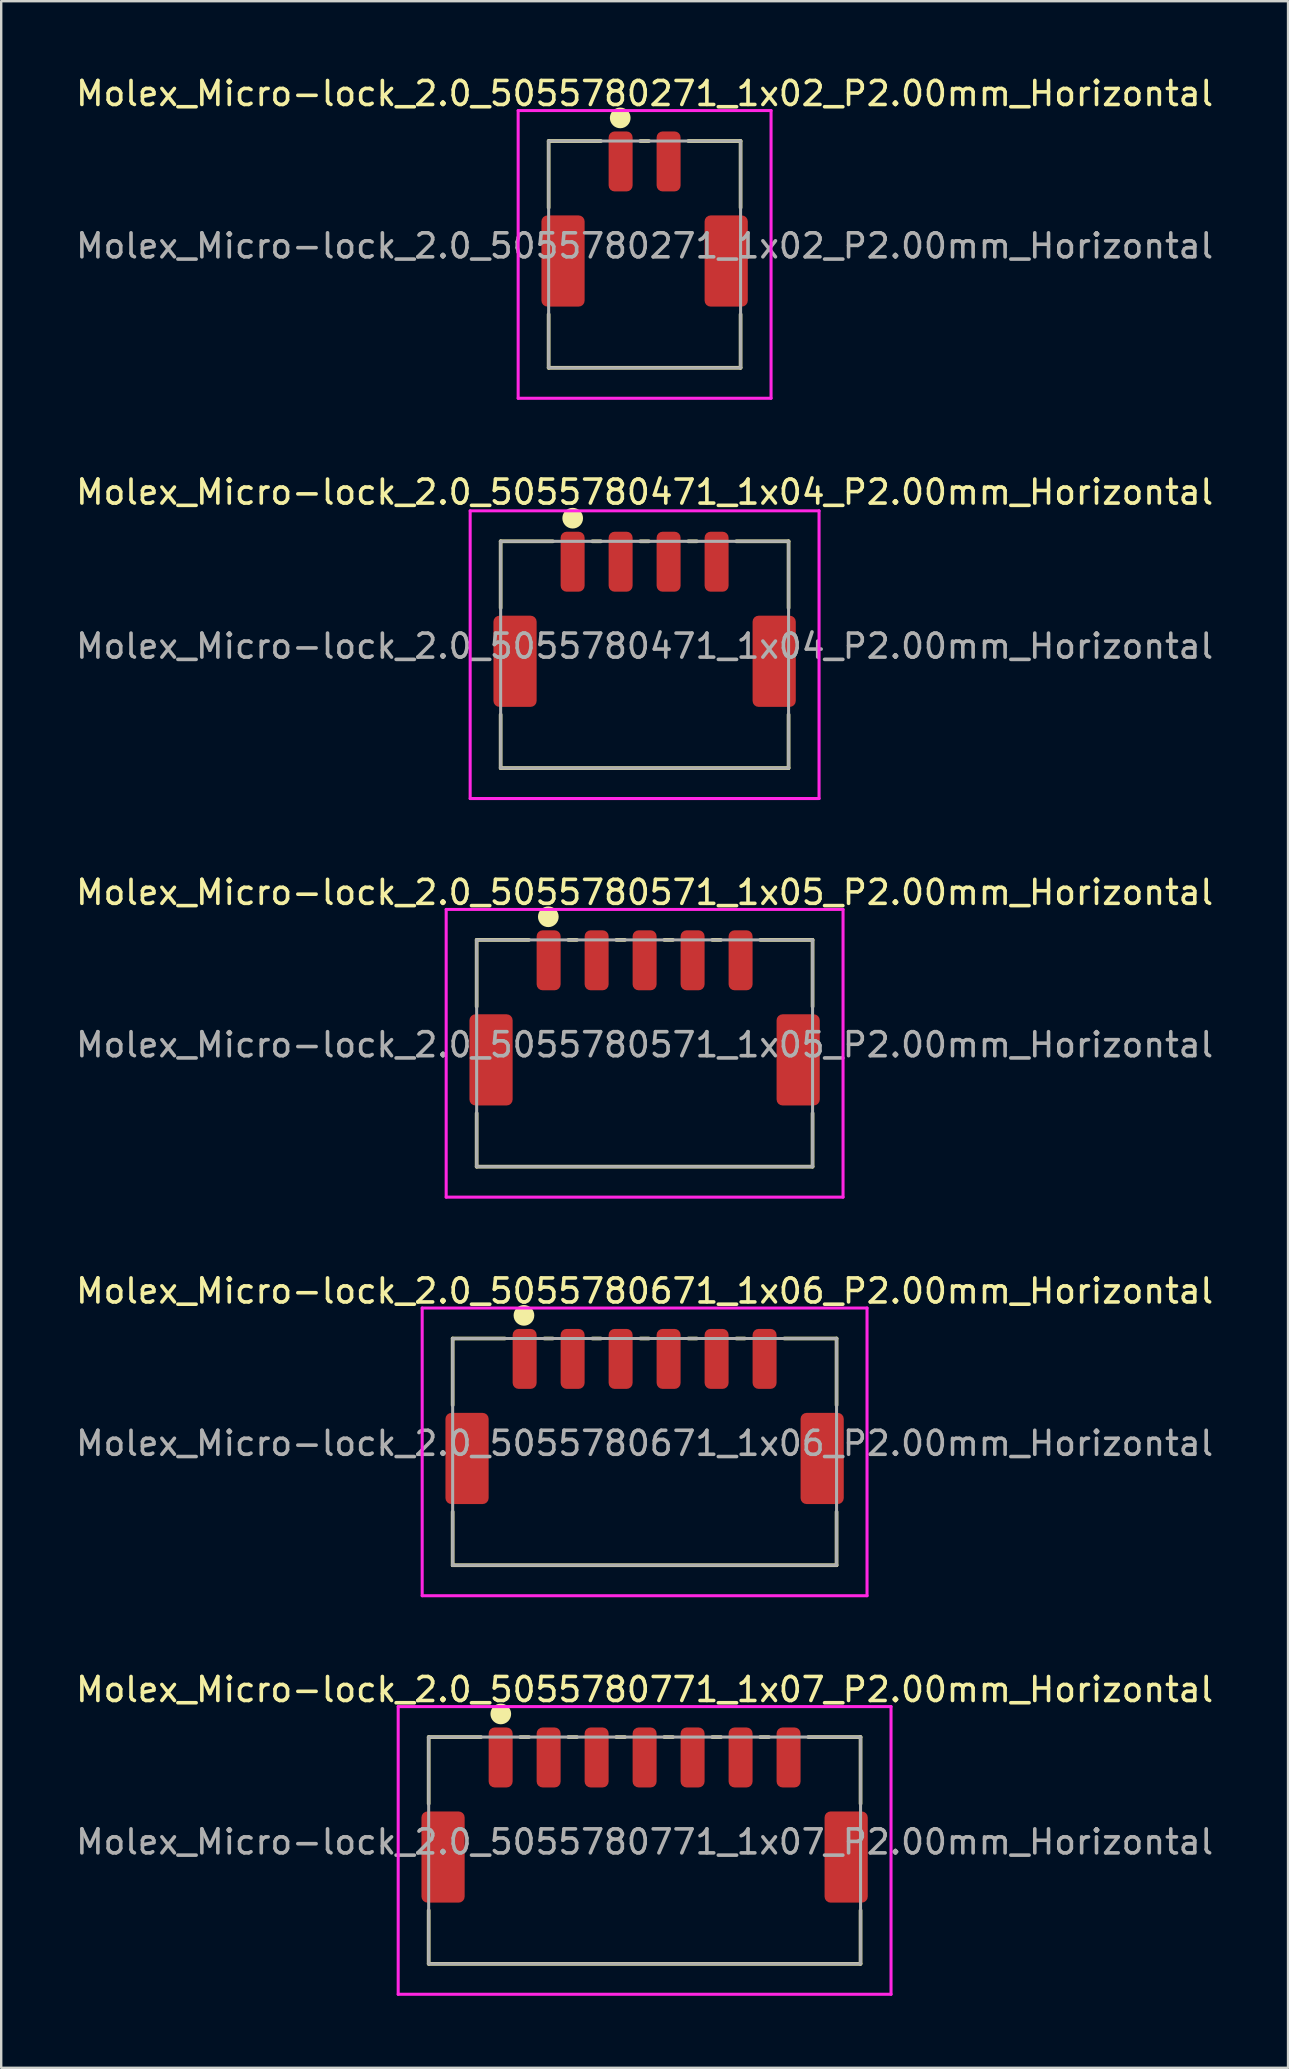
<source format=kicad_pcb>
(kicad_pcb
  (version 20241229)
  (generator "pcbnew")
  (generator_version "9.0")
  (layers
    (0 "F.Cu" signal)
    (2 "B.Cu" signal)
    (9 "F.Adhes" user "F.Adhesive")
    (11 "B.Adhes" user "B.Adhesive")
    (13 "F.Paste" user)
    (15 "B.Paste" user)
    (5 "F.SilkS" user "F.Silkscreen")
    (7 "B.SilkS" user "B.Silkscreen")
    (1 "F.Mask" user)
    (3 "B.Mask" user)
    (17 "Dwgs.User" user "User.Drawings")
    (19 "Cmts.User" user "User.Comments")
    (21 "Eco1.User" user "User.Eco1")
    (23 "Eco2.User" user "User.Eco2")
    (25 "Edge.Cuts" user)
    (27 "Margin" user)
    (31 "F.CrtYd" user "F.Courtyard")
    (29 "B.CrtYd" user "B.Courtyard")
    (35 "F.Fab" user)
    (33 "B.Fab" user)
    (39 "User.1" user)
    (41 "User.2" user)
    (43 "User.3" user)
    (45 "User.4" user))
  (footprint "Molex_Micro-lock_2.0_5055780671_1x06_P2.00mm_Horizontal"
    (layer "F.Cu")
    (at 23.815 57.104)
    (property "Reference" "Molex_Micro-lock_2.0_5055780671_1x06_P2.00mm_Horizontal" (at 0 -6.35 0) (unlocked yes) (layer "F.SilkS") (effects (font (size 1 1) (thickness 0.15))))
    (attr smd)
    (fp_line (start -8 -4.37) (end -8 -1.59) (stroke (width 0.152) (type solid)) (layer "F.SilkS"))
    (fp_line (start -8 2.85) (end -8 5.08) (stroke (width 0.152) (type solid)) (layer "F.SilkS"))
    (fp_line (start -8 5.08) (end 8 5.08) (stroke (width 0.152) (type solid)) (layer "F.SilkS"))
    (fp_line (start -5.82 -4.37) (end -8 -4.37) (stroke (width 0.152) (type solid)) (layer "F.SilkS"))
    (fp_line (start -3.82 -4.37) (end -4.18 -4.37) (stroke (width 0.152) (type solid)) (layer "F.SilkS"))
    (fp_line (start -1.82 -4.37) (end -2.18 -4.37) (stroke (width 0.152) (type solid)) (layer "F.SilkS"))
    (fp_line (start 0.18 -4.37) (end -0.18 -4.37) (stroke (width 0.152) (type solid)) (layer "F.SilkS"))
    (fp_line (start 2.18 -4.37) (end 1.82 -4.37) (stroke (width 0.152) (type solid)) (layer "F.SilkS"))
    (fp_line (start 4.18 -4.37) (end 3.82 -4.37) (stroke (width 0.152) (type solid)) (layer "F.SilkS"))
    (fp_line (start 8 -4.37) (end 5.82 -4.37) (stroke (width 0.152) (type solid)) (layer "F.SilkS"))
    (fp_line (start 8 -1.59) (end 8 -4.37) (stroke (width 0.152) (type solid)) (layer "F.SilkS"))
    (fp_line (start 8 5.08) (end 8 2.85) (stroke (width 0.152) (type solid)) (layer "F.SilkS"))
    (fp_circle (center -5.029 -5.334) (end -4.648 -5.334) (stroke (width 0.1) (type solid)) (fill yes) (layer "F.SilkS"))
    (fp_line (start -9.27 -5.64) (end -9.27 6.35) (stroke (width 0.127) (type solid)) (layer "F.CrtYd"))
    (fp_line (start -9.27 6.35) (end 9.27 6.35) (stroke (width 0.127) (type solid)) (layer "F.CrtYd"))
    (fp_line (start 9.27 -5.64) (end -9.27 -5.64) (stroke (width 0.127) (type solid)) (layer "F.CrtYd"))
    (fp_line (start 9.27 6.35) (end 9.27 -5.64) (stroke (width 0.127) (type solid)) (layer "F.CrtYd"))
    (fp_line (start -8 -4.37) (end -8 5.08) (stroke (width 0.127) (type solid)) (layer "F.Fab"))
    (fp_line (start -8 5.08) (end 8 5.08) (stroke (width 0.127) (type solid)) (layer "F.Fab"))
    (fp_line (start 8 -4.37) (end -8 -4.37) (stroke (width 0.127) (type solid)) (layer "F.Fab"))
    (fp_line (start 8 5.08) (end 8 -4.37) (stroke (width 0.127) (type solid)) (layer "F.Fab"))
    (fp_text user "${REFERENCE}" (at 0 0 0) (unlocked yes) (layer "F.Fab") (effects (font (size 1 1) (thickness 0.15))))
    (pad "1" smd roundrect (at -5 -3.52) (size 1 2.5) (layers "F.Cu" "F.Mask" "F.Paste") (roundrect_rratio 0.25))
    (pad "2" smd roundrect (at -3 -3.52) (size 1 2.5) (layers "F.Cu" "F.Mask" "F.Paste") (roundrect_rratio 0.25))
    (pad "3" smd roundrect (at -1 -3.52) (size 1 2.5) (layers "F.Cu" "F.Mask" "F.Paste") (roundrect_rratio 0.25))
    (pad "4" smd roundrect (at 1 -3.52) (size 1 2.5) (layers "F.Cu" "F.Mask" "F.Paste") (roundrect_rratio 0.25))
    (pad "5" smd roundrect (at 3 -3.52) (size 1 2.5) (layers "F.Cu" "F.Mask" "F.Paste") (roundrect_rratio 0.25))
    (pad "6" smd roundrect (at 5 -3.52) (size 1 2.5) (layers "F.Cu" "F.Mask" "F.Paste") (roundrect_rratio 0.25))
    (pad "MP" smd roundrect (at -7.4 0.63) (size 1.8 3.8) (layers "F.Cu" "F.Mask" "F.Paste") (roundrect_rratio 0.139))
    (pad "MP" smd roundrect (at 7.4 0.63) (size 1.8 3.8) (layers "F.Cu" "F.Mask" "F.Paste") (roundrect_rratio 0.139)))
  (footprint "Molex_Micro-lock_2.0_5055780471_1x04_P2.00mm_Horizontal"
    (layer "F.Cu")
    (at 23.815 23.88)
    (property "Reference" "Molex_Micro-lock_2.0_5055780471_1x04_P2.00mm_Horizontal" (at -0.000002 -6.42 0) (unlocked yes) (layer "F.SilkS") (effects (font (size 1 1) (thickness 0.15))))
    (attr smd)
    (fp_line (start -6 -4.37) (end -6 -1.59) (stroke (width 0.152) (type solid)) (layer "F.SilkS"))
    (fp_line (start -6 2.85) (end -6 5.08) (stroke (width 0.152) (type solid)) (layer "F.SilkS"))
    (fp_line (start -6 5.08) (end 6 5.08) (stroke (width 0.152) (type solid)) (layer "F.SilkS"))
    (fp_line (start -3.82 -4.37) (end -6 -4.37) (stroke (width 0.152) (type solid)) (layer "F.SilkS"))
    (fp_line (start -1.82 -4.37) (end -2.18 -4.37) (stroke (width 0.152) (type solid)) (layer "F.SilkS"))
    (fp_line (start 0.18 -4.37) (end -0.18 -4.37) (stroke (width 0.152) (type solid)) (layer "F.SilkS"))
    (fp_line (start 2.18 -4.37) (end 1.82 -4.37) (stroke (width 0.152) (type solid)) (layer "F.SilkS"))
    (fp_line (start 6 -4.37) (end 3.82 -4.37) (stroke (width 0.152) (type solid)) (layer "F.SilkS"))
    (fp_line (start 6 -1.59) (end 6 -4.37) (stroke (width 0.152) (type solid)) (layer "F.SilkS"))
    (fp_line (start 6 5.08) (end 6 2.85) (stroke (width 0.152) (type solid)) (layer "F.SilkS"))
    (fp_circle (center -2.997 -5.334) (end -2.616 -5.334) (stroke (width 0.1) (type solid)) (fill yes) (layer "F.SilkS"))
    (fp_line (start -7.27 -5.64) (end -7.27 6.35) (stroke (width 0.127) (type solid)) (layer "F.CrtYd"))
    (fp_line (start -7.27 6.35) (end 7.27 6.35) (stroke (width 0.127) (type solid)) (layer "F.CrtYd"))
    (fp_line (start 7.27 -5.64) (end -7.27 -5.64) (stroke (width 0.127) (type solid)) (layer "F.CrtYd"))
    (fp_line (start 7.27 6.35) (end 7.27 -5.64) (stroke (width 0.127) (type solid)) (layer "F.CrtYd"))
    (fp_line (start -6 -4.37) (end -6 5.08) (stroke (width 0.127) (type solid)) (layer "F.Fab"))
    (fp_line (start -6 5.08) (end 6 5.08) (stroke (width 0.127) (type solid)) (layer "F.Fab"))
    (fp_line (start 6 -4.37) (end -6 -4.37) (stroke (width 0.127) (type solid)) (layer "F.Fab"))
    (fp_line (start 6 5.08) (end 6 -4.37) (stroke (width 0.127) (type solid)) (layer "F.Fab"))
    (fp_text user "${REFERENCE}" (at 0 0 0) (unlocked yes) (layer "F.Fab") (effects (font (size 1 1) (thickness 0.15))))
    (pad "1" smd roundrect (at -3 -3.52) (size 1 2.5) (layers "F.Cu" "F.Mask" "F.Paste") (roundrect_rratio 0.25))
    (pad "2" smd roundrect (at -1 -3.52) (size 1 2.5) (layers "F.Cu" "F.Mask" "F.Paste") (roundrect_rratio 0.25))
    (pad "3" smd roundrect (at 1 -3.52) (size 1 2.5) (layers "F.Cu" "F.Mask" "F.Paste") (roundrect_rratio 0.25))
    (pad "4" smd roundrect (at 3 -3.52) (size 1 2.5) (layers "F.Cu" "F.Mask" "F.Paste") (roundrect_rratio 0.25))
    (pad "MP" smd roundrect (at -5.4 0.63) (size 1.8 3.8) (layers "F.Cu" "F.Mask" "F.Paste") (roundrect_rratio 0.139))
    (pad "MP" smd roundrect (at 5.4 0.63) (size 1.8 3.8) (layers "F.Cu" "F.Mask" "F.Paste") (roundrect_rratio 0.139)))
  (footprint "Molex_Micro-lock_2.0_5055780571_1x05_P2.00mm_Horizontal"
    (layer "F.Cu")
    (at 23.815 40.492)
    (property "Reference" "Molex_Micro-lock_2.0_5055780571_1x05_P2.00mm_Horizontal" (at 0 -6.35 0) (unlocked yes) (layer "F.SilkS") (effects (font (size 1 1) (thickness 0.15))))
    (attr smd)
    (fp_line (start -7 -4.37) (end -7 -1.59) (stroke (width 0.152) (type solid)) (layer "F.SilkS"))
    (fp_line (start -7 2.85) (end -7 5.08) (stroke (width 0.152) (type solid)) (layer "F.SilkS"))
    (fp_line (start -7 5.08) (end 7 5.08) (stroke (width 0.152) (type solid)) (layer "F.SilkS"))
    (fp_line (start -4.82 -4.37) (end -7 -4.37) (stroke (width 0.152) (type solid)) (layer "F.SilkS"))
    (fp_line (start -2.82 -4.37) (end -3.18 -4.37) (stroke (width 0.152) (type solid)) (layer "F.SilkS"))
    (fp_line (start -0.82 -4.37) (end -1.18 -4.37) (stroke (width 0.152) (type solid)) (layer "F.SilkS"))
    (fp_line (start 1.18 -4.37) (end 0.82 -4.37) (stroke (width 0.152) (type solid)) (layer "F.SilkS"))
    (fp_line (start 3.18 -4.37) (end 2.82 -4.37) (stroke (width 0.152) (type solid)) (layer "F.SilkS"))
    (fp_line (start 7 -4.37) (end 4.82 -4.37) (stroke (width 0.152) (type solid)) (layer "F.SilkS"))
    (fp_line (start 7 -1.59) (end 7 -4.37) (stroke (width 0.152) (type solid)) (layer "F.SilkS"))
    (fp_line (start 7 5.08) (end 7 2.85) (stroke (width 0.152) (type solid)) (layer "F.SilkS"))
    (fp_circle (center -4.013 -5.334) (end -3.632 -5.334) (stroke (width 0.1) (type solid)) (fill yes) (layer "F.SilkS"))
    (fp_line (start -8.27 -5.64) (end -8.27 6.35) (stroke (width 0.127) (type solid)) (layer "F.CrtYd"))
    (fp_line (start -8.27 6.35) (end 8.27 6.35) (stroke (width 0.127) (type solid)) (layer "F.CrtYd"))
    (fp_line (start 8.27 -5.64) (end -8.27 -5.64) (stroke (width 0.127) (type solid)) (layer "F.CrtYd"))
    (fp_line (start 8.27 6.35) (end 8.27 -5.64) (stroke (width 0.127) (type solid)) (layer "F.CrtYd"))
    (fp_line (start -7 -4.37) (end -7 5.08) (stroke (width 0.127) (type solid)) (layer "F.Fab"))
    (fp_line (start -7 5.08) (end 7 5.08) (stroke (width 0.127) (type solid)) (layer "F.Fab"))
    (fp_line (start 7 -4.37) (end -7 -4.37) (stroke (width 0.127) (type solid)) (layer "F.Fab"))
    (fp_line (start 7 5.08) (end 7 -4.37) (stroke (width 0.127) (type solid)) (layer "F.Fab"))
    (fp_text user "${REFERENCE}" (at 0 0 0) (unlocked yes) (layer "F.Fab") (effects (font (size 1 1) (thickness 0.15))))
    (pad "1" smd roundrect (at -4 -3.52) (size 1 2.5) (layers "F.Cu" "F.Mask" "F.Paste") (roundrect_rratio 0.25))
    (pad "2" smd roundrect (at -2 -3.52) (size 1 2.5) (layers "F.Cu" "F.Mask" "F.Paste") (roundrect_rratio 0.25))
    (pad "3" smd roundrect (at 0 -3.52) (size 1 2.5) (layers "F.Cu" "F.Mask" "F.Paste") (roundrect_rratio 0.25))
    (pad "4" smd roundrect (at 2 -3.52) (size 1 2.5) (layers "F.Cu" "F.Mask" "F.Paste") (roundrect_rratio 0.25))
    (pad "5" smd roundrect (at 4 -3.52) (size 1 2.5) (layers "F.Cu" "F.Mask" "F.Paste") (roundrect_rratio 0.25))
    (pad "MP" smd roundrect (at -6.4 0.63) (size 1.8 3.8) (layers "F.Cu" "F.Mask" "F.Paste") (roundrect_rratio 0.139))
    (pad "MP" smd roundrect (at 6.4 0.63) (size 1.8 3.8) (layers "F.Cu" "F.Mask" "F.Paste") (roundrect_rratio 0.139)))
  (footprint "Molex_Micro-lock_2.0_5055780771_1x07_P2.00mm_Horizontal"
    (layer "F.Cu")
    (at 23.815 73.715)
    (property "Reference" "Molex_Micro-lock_2.0_5055780771_1x07_P2.00mm_Horizontal" (at 0 -6.35 0) (unlocked yes) (layer "F.SilkS") (effects (font (size 1 1) (thickness 0.15))))
    (attr smd)
    (fp_line (start -9 -4.37) (end -9 -1.59) (stroke (width 0.152) (type solid)) (layer "F.SilkS"))
    (fp_line (start -9 2.85) (end -9 5.08) (stroke (width 0.152) (type solid)) (layer "F.SilkS"))
    (fp_line (start -9 5.08) (end 9 5.08) (stroke (width 0.152) (type solid)) (layer "F.SilkS"))
    (fp_line (start -6.82 -4.37) (end -9 -4.37) (stroke (width 0.152) (type solid)) (layer "F.SilkS"))
    (fp_line (start -4.82 -4.37) (end -5.18 -4.37) (stroke (width 0.152) (type solid)) (layer "F.SilkS"))
    (fp_line (start -2.82 -4.37) (end -3.18 -4.37) (stroke (width 0.152) (type solid)) (layer "F.SilkS"))
    (fp_line (start -0.82 -4.37) (end -1.18 -4.37) (stroke (width 0.152) (type solid)) (layer "F.SilkS"))
    (fp_line (start 1.18 -4.37) (end 0.82 -4.37) (stroke (width 0.152) (type solid)) (layer "F.SilkS"))
    (fp_line (start 3.18 -4.37) (end 2.82 -4.37) (stroke (width 0.152) (type solid)) (layer "F.SilkS"))
    (fp_line (start 5.18 -4.37) (end 4.82 -4.37) (stroke (width 0.152) (type solid)) (layer "F.SilkS"))
    (fp_line (start 9 -4.37) (end 6.82 -4.37) (stroke (width 0.152) (type solid)) (layer "F.SilkS"))
    (fp_line (start 9 -1.59) (end 9 -4.37) (stroke (width 0.152) (type solid)) (layer "F.SilkS"))
    (fp_line (start 9 5.08) (end 9 2.85) (stroke (width 0.152) (type solid)) (layer "F.SilkS"))
    (fp_circle (center -5.994 -5.334) (end -5.613 -5.334) (stroke (width 0.1) (type solid)) (fill yes) (layer "F.SilkS"))
    (fp_line (start -10.27 -5.64) (end -10.27 6.35) (stroke (width 0.127) (type solid)) (layer "F.CrtYd"))
    (fp_line (start -10.27 6.35) (end 10.27 6.35) (stroke (width 0.127) (type solid)) (layer "F.CrtYd"))
    (fp_line (start 10.27 -5.64) (end -10.27 -5.64) (stroke (width 0.127) (type solid)) (layer "F.CrtYd"))
    (fp_line (start 10.27 6.35) (end 10.27 -5.64) (stroke (width 0.127) (type solid)) (layer "F.CrtYd"))
    (fp_line (start -9 -4.37) (end -9 5.08) (stroke (width 0.127) (type solid)) (layer "F.Fab"))
    (fp_line (start -9 5.08) (end 9 5.08) (stroke (width 0.127) (type solid)) (layer "F.Fab"))
    (fp_line (start 9 -4.37) (end -9 -4.37) (stroke (width 0.127) (type solid)) (layer "F.Fab"))
    (fp_line (start 9 5.08) (end 9 -4.37) (stroke (width 0.127) (type solid)) (layer "F.Fab"))
    (fp_text user "${REFERENCE}" (at 0 0 0) (unlocked yes) (layer "F.Fab") (effects (font (size 1 1) (thickness 0.15))))
    (pad "1" smd roundrect (at -6 -3.52) (size 1 2.5) (layers "F.Cu" "F.Mask" "F.Paste") (roundrect_rratio 0.25))
    (pad "2" smd roundrect (at -4 -3.52) (size 1 2.5) (layers "F.Cu" "F.Mask" "F.Paste") (roundrect_rratio 0.25))
    (pad "3" smd roundrect (at -2 -3.52) (size 1 2.5) (layers "F.Cu" "F.Mask" "F.Paste") (roundrect_rratio 0.25))
    (pad "4" smd roundrect (at 0 -3.52) (size 1 2.5) (layers "F.Cu" "F.Mask" "F.Paste") (roundrect_rratio 0.25))
    (pad "5" smd roundrect (at 2 -3.52) (size 1 2.5) (layers "F.Cu" "F.Mask" "F.Paste") (roundrect_rratio 0.25))
    (pad "6" smd roundrect (at 4 -3.52) (size 1 2.5) (layers "F.Cu" "F.Mask" "F.Paste") (roundrect_rratio 0.25))
    (pad "7" smd roundrect (at 6 -3.52) (size 1 2.5) (layers "F.Cu" "F.Mask" "F.Paste") (roundrect_rratio 0.25))
    (pad "MP" smd roundrect (at -8.4 0.63) (size 1.8 3.8) (layers "F.Cu" "F.Mask" "F.Paste") (roundrect_rratio 0.139))
    (pad "MP" smd roundrect (at 8.4 0.63) (size 1.8 3.8) (layers "F.Cu" "F.Mask" "F.Paste") (roundrect_rratio 0.139)))
  (footprint "Molex_Micro-lock_2.0_5055780271_1x02_P2.00mm_Horizontal"
    (layer "F.Cu")
    (at 23.815 7.198)
    (property "Reference" "Molex_Micro-lock_2.0_5055780271_1x02_P2.00mm_Horizontal" (at 0 -6.35 0) (unlocked yes) (layer "F.SilkS") (effects (font (size 1 1) (thickness 0.15))))
    (attr smd)
    (fp_line (start -4 -4.37) (end -4 -1.59) (stroke (width 0.152) (type solid)) (layer "F.SilkS"))
    (fp_line (start -4 2.85) (end -4 5.08) (stroke (width 0.152) (type solid)) (layer "F.SilkS"))
    (fp_line (start -4 5.08) (end 4 5.08) (stroke (width 0.152) (type solid)) (layer "F.SilkS"))
    (fp_line (start -1.82 -4.37) (end -4 -4.37) (stroke (width 0.152) (type solid)) (layer "F.SilkS"))
    (fp_line (start 0.18 -4.37) (end -0.18 -4.37) (stroke (width 0.152) (type solid)) (layer "F.SilkS"))
    (fp_line (start 4 -4.37) (end 1.82 -4.37) (stroke (width 0.152) (type solid)) (layer "F.SilkS"))
    (fp_line (start 4 -1.59) (end 4 -4.37) (stroke (width 0.152) (type solid)) (layer "F.SilkS"))
    (fp_line (start 4 5.08) (end 4 2.85) (stroke (width 0.152) (type solid)) (layer "F.SilkS"))
    (fp_circle (center -1.016 -5.334) (end -0.635 -5.334) (stroke (width 0.1) (type solid)) (fill yes) (layer "F.SilkS"))
    (fp_line (start -5.27 -5.64) (end -5.27 6.35) (stroke (width 0.127) (type solid)) (layer "F.CrtYd"))
    (fp_line (start -5.27 6.35) (end 5.27 6.35) (stroke (width 0.127) (type solid)) (layer "F.CrtYd"))
    (fp_line (start 5.27 -5.64) (end -5.27 -5.64) (stroke (width 0.127) (type solid)) (layer "F.CrtYd"))
    (fp_line (start 5.27 6.35) (end 5.27 -5.64) (stroke (width 0.127) (type solid)) (layer "F.CrtYd"))
    (fp_line (start -4 -4.37) (end -4 5.08) (stroke (width 0.127) (type solid)) (layer "F.Fab"))
    (fp_line (start -4 5.08) (end 4 5.08) (stroke (width 0.127) (type solid)) (layer "F.Fab"))
    (fp_line (start 4 -4.37) (end -4 -4.37) (stroke (width 0.127) (type solid)) (layer "F.Fab"))
    (fp_line (start 4 5.08) (end 4 -4.37) (stroke (width 0.127) (type solid)) (layer "F.Fab"))
    (fp_text user "${REFERENCE}" (at 0 0 0) (unlocked yes) (layer "F.Fab") (effects (font (size 1 1) (thickness 0.15))))
    (pad "1" smd roundrect (at -1 -3.52) (size 1 2.5) (layers "F.Cu" "F.Mask" "F.Paste") (roundrect_rratio 0.25))
    (pad "2" smd roundrect (at 1 -3.52) (size 1 2.5) (layers "F.Cu" "F.Mask" "F.Paste") (roundrect_rratio 0.25))
    (pad "MP" smd roundrect (at -3.4 0.63) (size 1.8 3.8) (layers "F.Cu" "F.Mask" "F.Paste") (roundrect_rratio 0.139))
    (pad "MP" smd roundrect (at 3.4 0.63) (size 1.8 3.8) (layers "F.Cu" "F.Mask" "F.Paste") (roundrect_rratio 0.139)))
  (gr_rect
    (start -3 -3)
    (end 50.631 83.129)
    (stroke (width 0.1) (type default))
    (fill no)
    (layer "Edge.Cuts")))
</source>
